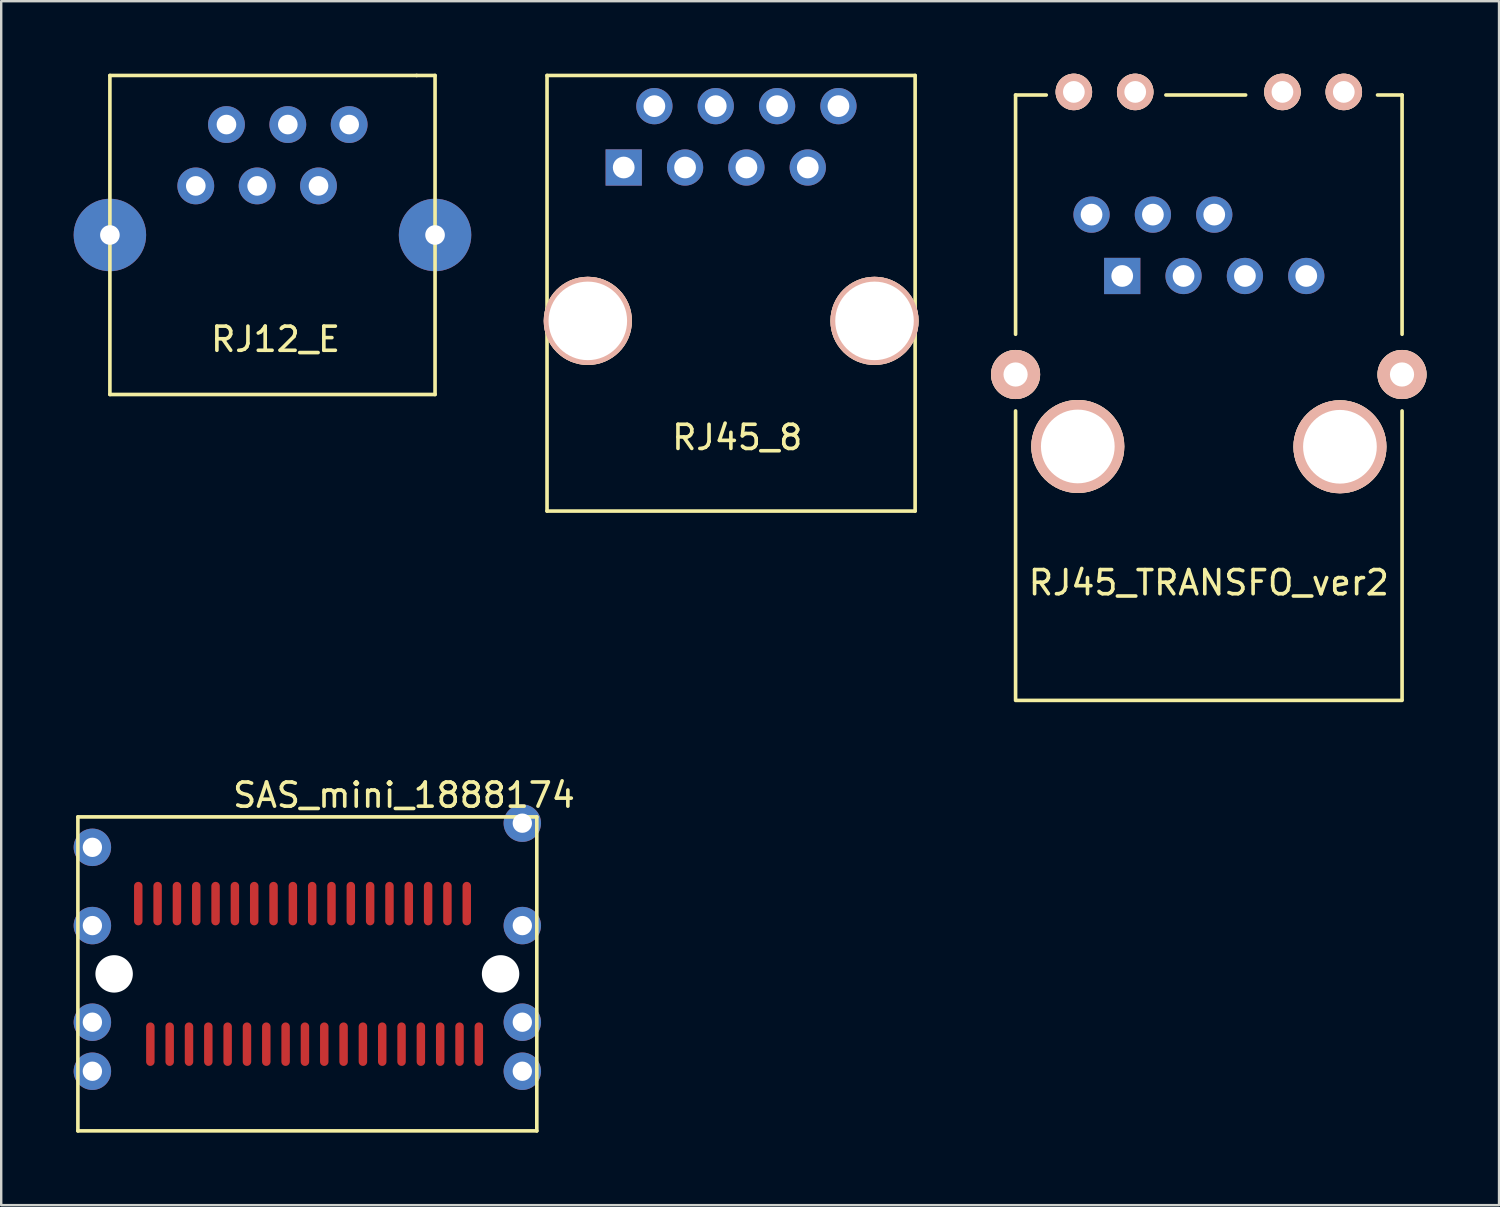
<source format=kicad_pcb>
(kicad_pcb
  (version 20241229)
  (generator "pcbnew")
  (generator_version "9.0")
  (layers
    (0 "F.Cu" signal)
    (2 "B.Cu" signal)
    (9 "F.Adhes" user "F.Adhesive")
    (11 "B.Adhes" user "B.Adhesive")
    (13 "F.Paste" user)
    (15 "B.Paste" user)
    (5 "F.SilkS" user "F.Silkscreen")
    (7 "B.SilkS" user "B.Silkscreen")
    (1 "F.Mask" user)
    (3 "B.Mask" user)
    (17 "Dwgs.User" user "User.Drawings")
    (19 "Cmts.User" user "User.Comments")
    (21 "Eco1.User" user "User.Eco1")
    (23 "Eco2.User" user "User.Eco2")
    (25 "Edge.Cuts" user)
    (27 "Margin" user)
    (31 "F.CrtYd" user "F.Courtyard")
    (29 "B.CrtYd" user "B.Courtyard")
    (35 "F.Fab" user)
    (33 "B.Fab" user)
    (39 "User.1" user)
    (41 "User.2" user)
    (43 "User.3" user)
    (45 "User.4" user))
  (footprint "RJ45_TRANSFO_ver2"
    (layer "F.Cu")
    (at 46.998 12.948)
    (property "Reference" "RJ45_TRANSFO_ver2" (at 0 8.128 0) (layer "F.SilkS") (effects (font (size 1 1) (thickness 0.15))))
    (attr through_hole)
    (fp_line (start -8.001 -12.065) (end -6.731 -12.065) (stroke (width 0.15) (type solid)) (layer "F.SilkS"))
    (fp_line (start -8.001 -2.159) (end -8.001 -12.065) (stroke (width 0.15) (type solid)) (layer "F.SilkS"))
    (fp_line (start -8.001 12.954) (end -8.001 1.016) (stroke (width 0.15) (type solid)) (layer "F.SilkS"))
    (fp_line (start -8.001 13) (end 8.001 13) (stroke (width 0.15) (type solid)) (layer "F.SilkS"))
    (fp_line (start -1.778 -12.065) (end 1.524 -12.065) (stroke (width 0.15) (type solid)) (layer "F.SilkS"))
    (fp_line (start 8.001 -12.065) (end 6.985 -12.065) (stroke (width 0.15) (type solid)) (layer "F.SilkS"))
    (fp_line (start 8.001 -2.159) (end 8.001 -12.065) (stroke (width 0.15) (type solid)) (layer "F.SilkS"))
    (fp_line (start 8.001 12.954) (end 8.001 1.016) (stroke (width 0.15) (type solid)) (layer "F.SilkS"))
    (pad "1" thru_hole rect (at -3.586 -4.572) (size 1.501 1.501) (drill 0.899) (layers "*.Cu" "*.Mask"))
    (pad "2" thru_hole circle (at -4.856 -7.112) (size 1.501 1.501) (drill 0.899) (layers "*.Cu" "*.Mask"))
    (pad "3" thru_hole circle (at -1.046 -4.572) (size 1.501 1.501) (drill 0.899) (layers "*.Cu" "*.Mask"))
    (pad "4" thru_hole circle (at -2.316 -7.112) (size 1.501 1.501) (drill 0.899) (layers "*.Cu" "*.Mask"))
    (pad "5" thru_hole circle (at 1.494 -4.572) (size 1.501 1.501) (drill 0.899) (layers "*.Cu" "*.Mask"))
    (pad "6" thru_hole circle (at 0.224 -7.112) (size 1.501 1.501) (drill 0.899) (layers "*.Cu" "*.Mask"))
    (pad "7" thru_hole circle (at 4.034 -4.572) (size 1.501 1.501) (drill 0.899) (layers "*.Cu" "*.Mask"))
    (pad "9" thru_hole circle (at -8.001 -0.493) (size 2.032 2.032) (drill 1.001) (layers "*.Cu" "*.SilkS" "*.Mask"))
    (pad "9" thru_hole circle (at 7.998 -0.493) (size 2.032 2.032) (drill 1.001) (layers "*.Cu" "*.SilkS" "*.Mask"))
    (pad "Hole" thru_hole circle (at -5.588 -12.192) (size 1.511 1.511) (drill 0.899) (layers "*.Cu" "*.SilkS" "*.Mask"))
    (pad "Hole" thru_hole circle (at -5.425 2.487) (size 3.851 3.851) (drill 3.051) (layers "*.Cu" "*.SilkS" "*.Mask"))
    (pad "Hole" thru_hole circle (at -3.048 -12.192) (size 1.511 1.511) (drill 0.899) (layers "*.Cu" "*.SilkS" "*.Mask"))
    (pad "Hole" thru_hole circle (at 3.048 -12.192) (size 1.511 1.511) (drill 0.899) (layers "*.Cu" "*.SilkS" "*.Mask"))
    (pad "Hole" thru_hole circle (at 5.428 2.499) (size 3.851 3.851) (drill 3.051) (layers "*.Cu" "*.SilkS" "*.Mask"))
    (pad "Hole" thru_hole circle (at 5.588 -12.192) (size 1.511 1.511) (drill 0.899) (layers "*.Cu" "*.SilkS" "*.Mask")))
  (footprint "RJ12_E"
    (layer "F.Cu")
    (at 8.358 10.997)
    (property "Reference" "RJ12_E" (at 0 0 0) (layer "F.SilkS") (effects (font (size 1 1) (thickness 0.15))))
    (attr through_hole)
    (fp_line (start -6.858 -10.922) (end -6.858 2.286) (stroke (width 0.15) (type solid)) (layer "F.SilkS"))
    (fp_line (start -6.858 -10.922) (end 5.842 -10.922) (stroke (width 0.15) (type solid)) (layer "F.SilkS"))
    (fp_line (start -6.858 2.286) (end 6.604 2.286) (stroke (width 0.15) (type solid)) (layer "F.SilkS"))
    (fp_line (start 5.842 -10.922) (end 6.604 -10.922) (stroke (width 0.15) (type solid)) (layer "F.SilkS"))
    (fp_line (start 6.604 -10.922) (end 6.604 2.286) (stroke (width 0.15) (type solid)) (layer "F.SilkS"))
    (pad "1" thru_hole circle (at -3.302 -6.35) (size 1.524 1.524) (drill 0.813) (layers "*.Cu" "*.Mask"))
    (pad "2" thru_hole circle (at -2.032 -8.89) (size 1.524 1.524) (drill 0.813) (layers "*.Cu" "*.Mask"))
    (pad "3" thru_hole circle (at -0.762 -6.35) (size 1.524 1.524) (drill 0.813) (layers "*.Cu" "*.Mask"))
    (pad "4" thru_hole circle (at 0.508 -8.89) (size 1.524 1.524) (drill 0.813) (layers "*.Cu" "*.Mask"))
    (pad "5" thru_hole circle (at 1.778 -6.35) (size 1.524 1.524) (drill 0.813) (layers "*.Cu" "*.Mask"))
    (pad "6" thru_hole circle (at 3.048 -8.89) (size 1.524 1.524) (drill 0.813) (layers "*.Cu" "*.Mask"))
    (pad "7" thru_hole circle (at -6.858 -4.318) (size 3 3) (drill 0.813) (layers "*.Cu" "*.Mask"))
    (pad "8" thru_hole circle (at 6.604 -4.318) (size 3 3) (drill 0.813) (layers "*.Cu" "*.Mask")))
  (footprint "SAS_mini_1888174"
    (layer "F.Cu")
    (at 9.675 37.271)
    (property "Reference" "SAS_mini_1888174" (at 4 -7.4 0) (layer "F.SilkS") (effects (font (size 1 1) (thickness 0.15))))
    (attr through_hole)
    (fp_line (start -9.5 -6.5) (end -9.5 6.5) (stroke (width 0.15) (type solid)) (layer "F.SilkS"))
    (fp_line (start -9.5 6.5) (end 9.5 6.5) (stroke (width 0.15) (type solid)) (layer "F.SilkS"))
    (fp_line (start 9.5 -6.5) (end -9.5 -6.5) (stroke (width 0.15) (type solid)) (layer "F.SilkS"))
    (fp_line (start 9.5 6.5) (end 9.5 -6.5) (stroke (width 0.15) (type solid)) (layer "F.SilkS"))
    (pad "" np_thru_hole circle (at -8 0) (size 1.55 1.55) (drill 1.55) (layers "*.Mask" "B.Cu"))
    (pad "" np_thru_hole circle (at 8 0) (size 1.55 1.55) (drill 1.55) (layers "*.Mask" "B.Cu"))
    (pad "1" thru_hole circle (at -8.9 -5.24) (size 1.55 1.55) (drill 0.8) (layers "*.Cu" "*.Mask"))
    (pad "2" thru_hole circle (at -8.9 -2) (size 1.55 1.55) (drill 0.8) (layers "*.Cu" "*.Mask"))
    (pad "3" thru_hole circle (at -8.9 2) (size 1.55 1.55) (drill 0.8) (layers "*.Cu" "*.Mask"))
    (pad "4" thru_hole circle (at -8.9 4.03) (size 1.55 1.55) (drill 0.8) (layers "*.Cu" "*.Mask"))
    (pad "5" thru_hole circle (at 8.9 -6.24) (size 1.55 1.55) (drill 0.8) (layers "*.Cu" "*.Mask"))
    (pad "6" thru_hole circle (at 8.9 -2) (size 1.55 1.55) (drill 0.8) (layers "*.Cu" "*.Mask"))
    (pad "7" thru_hole circle (at 8.9 2) (size 1.55 1.55) (drill 0.8) (layers "*.Cu" "*.Mask"))
    (pad "8" thru_hole circle (at 8.9 4.03) (size 1.55 1.55) (drill 0.8) (layers "*.Cu" "*.Mask"))
    (pad "A1" smd oval (at -6.5 2.91) (size 0.35 1.8) (layers "F.Cu" "F.Mask" "F.Paste"))
    (pad "A2" smd oval (at -5.7 2.91) (size 0.35 1.8) (layers "F.Cu" "F.Mask" "F.Paste"))
    (pad "A3" smd oval (at -4.9 2.91) (size 0.35 1.8) (layers "F.Cu" "F.Mask" "F.Paste"))
    (pad "A4" smd oval (at -4.1 2.91) (size 0.35 1.8) (layers "F.Cu" "F.Mask" "F.Paste"))
    (pad "A5" smd oval (at -3.3 2.91) (size 0.35 1.8) (layers "F.Cu" "F.Mask" "F.Paste"))
    (pad "A6" smd oval (at -2.5 2.91) (size 0.35 1.8) (layers "F.Cu" "F.Mask" "F.Paste"))
    (pad "A7" smd oval (at -1.7 2.91) (size 0.35 1.8) (layers "F.Cu" "F.Mask" "F.Paste"))
    (pad "A8" smd oval (at -0.9 2.91) (size 0.35 1.8) (layers "F.Cu" "F.Mask" "F.Paste"))
    (pad "A9" smd oval (at -0.1 2.91) (size 0.35 1.8) (layers "F.Cu" "F.Mask" "F.Paste"))
    (pad "A10" smd oval (at 0.7 2.91) (size 0.35 1.8) (layers "F.Cu" "F.Mask" "F.Paste"))
    (pad "A11" smd oval (at 1.5 2.91) (size 0.35 1.8) (layers "F.Cu" "F.Mask" "F.Paste"))
    (pad "A12" smd oval (at 2.3 2.91) (size 0.35 1.8) (layers "F.Cu" "F.Mask" "F.Paste"))
    (pad "A13" smd oval (at 3.1 2.91) (size 0.35 1.8) (layers "F.Cu" "F.Mask" "F.Paste"))
    (pad "A14" smd oval (at 3.9 2.91) (size 0.35 1.8) (layers "F.Cu" "F.Mask" "F.Paste"))
    (pad "A15" smd oval (at 4.7 2.91) (size 0.35 1.8) (layers "F.Cu" "F.Mask" "F.Paste"))
    (pad "A16" smd oval (at 5.5 2.91) (size 0.35 1.8) (layers "F.Cu" "F.Mask" "F.Paste"))
    (pad "A17" smd oval (at 6.3 2.91) (size 0.35 1.8) (layers "F.Cu" "F.Mask" "F.Paste"))
    (pad "A18" smd oval (at 7.1 2.91) (size 0.35 1.8) (layers "F.Cu" "F.Mask" "F.Paste"))
    (pad "B1" smd oval (at -7 -2.91) (size 0.35 1.8) (layers "F.Cu" "F.Mask" "F.Paste"))
    (pad "B2" smd oval (at -6.2 -2.91) (size 0.35 1.8) (layers "F.Cu" "F.Mask" "F.Paste"))
    (pad "B3" smd oval (at -5.4 -2.91) (size 0.35 1.8) (layers "F.Cu" "F.Mask" "F.Paste"))
    (pad "B4" smd oval (at -4.6 -2.91) (size 0.35 1.8) (layers "F.Cu" "F.Mask" "F.Paste"))
    (pad "B5" smd oval (at -3.8 -2.91) (size 0.35 1.8) (layers "F.Cu" "F.Mask" "F.Paste"))
    (pad "B6" smd oval (at -3 -2.91) (size 0.35 1.8) (layers "F.Cu" "F.Mask" "F.Paste"))
    (pad "B7" smd oval (at -2.2 -2.91) (size 0.35 1.8) (layers "F.Cu" "F.Mask" "F.Paste"))
    (pad "B8" smd oval (at -1.4 -2.91) (size 0.35 1.8) (layers "F.Cu" "F.Mask" "F.Paste"))
    (pad "B9" smd oval (at -0.6 -2.91) (size 0.35 1.8) (layers "F.Cu" "F.Mask" "F.Paste"))
    (pad "B10" smd oval (at 0.2 -2.91) (size 0.35 1.8) (layers "F.Cu" "F.Mask" "F.Paste"))
    (pad "B11" smd oval (at 1 -2.91) (size 0.35 1.8) (layers "F.Cu" "F.Mask" "F.Paste"))
    (pad "B12" smd oval (at 1.8 -2.91) (size 0.35 1.8) (layers "F.Cu" "F.Mask" "F.Paste"))
    (pad "B13" smd oval (at 2.6 -2.91) (size 0.35 1.8) (layers "F.Cu" "F.Mask" "F.Paste"))
    (pad "B14" smd oval (at 3.4 -2.91) (size 0.35 1.8) (layers "F.Cu" "F.Mask" "F.Paste"))
    (pad "B15" smd oval (at 4.2 -2.91) (size 0.35 1.8) (layers "F.Cu" "F.Mask" "F.Paste"))
    (pad "B16" smd oval (at 5 -2.91) (size 0.35 1.8) (layers "F.Cu" "F.Mask" "F.Paste"))
    (pad "B17" smd oval (at 5.8 -2.91) (size 0.35 1.8) (layers "F.Cu" "F.Mask" "F.Paste"))
    (pad "B18" smd oval (at 6.6 -2.91) (size 0.35 1.8) (layers "F.Cu" "F.Mask" "F.Paste")))
  (footprint "RJ45_8"
    (layer "F.Cu")
    (at 27.218 10.235)
    (property "Reference" "RJ45_8" (at 0.254 4.826 0) (layer "F.SilkS") (effects (font (size 1 1) (thickness 0.15))))
    (attr through_hole)
    (fp_line (start -7.62 -10.16) (end -7.62 7.874) (stroke (width 0.15) (type solid)) (layer "F.SilkS"))
    (fp_line (start -7.62 7.874) (end 7.62 7.874) (stroke (width 0.15) (type solid)) (layer "F.SilkS"))
    (fp_line (start 7.62 -10.16) (end -7.62 -10.16) (stroke (width 0.15) (type solid)) (layer "F.SilkS"))
    (fp_line (start 7.62 7.874) (end 7.62 -10.16) (stroke (width 0.15) (type solid)) (layer "F.SilkS"))
    (pad "" np_thru_hole circle (at -5.931 0) (size 3.65 3.65) (drill 3.251) (layers "*.Cu" "*.SilkS" "*.Mask"))
    (pad "" np_thru_hole circle (at 5.939 0) (size 3.65 3.65) (drill 3.251) (layers "*.Cu" "*.SilkS" "*.Mask"))
    (pad "1" thru_hole rect (at -4.445 -6.35) (size 1.501 1.501) (drill 0.899) (layers "*.Cu" "*.Mask"))
    (pad "2" thru_hole circle (at -3.175 -8.89) (size 1.501 1.501) (drill 0.899) (layers "*.Cu" "*.Mask"))
    (pad "3" thru_hole circle (at -1.905 -6.35) (size 1.501 1.501) (drill 0.899) (layers "*.Cu" "*.Mask"))
    (pad "4" thru_hole circle (at -0.635 -8.89) (size 1.501 1.501) (drill 0.899) (layers "*.Cu" "*.Mask"))
    (pad "5" thru_hole circle (at 0.635 -6.35) (size 1.501 1.501) (drill 0.899) (layers "*.Cu" "*.Mask"))
    (pad "6" thru_hole circle (at 1.905 -8.89) (size 1.501 1.501) (drill 0.899) (layers "*.Cu" "*.Mask"))
    (pad "7" thru_hole circle (at 3.175 -6.35) (size 1.501 1.501) (drill 0.899) (layers "*.Cu" "*.Mask"))
    (pad "8" thru_hole circle (at 4.445 -8.89) (size 1.501 1.501) (drill 0.899) (layers "*.Cu" "*.Mask")))
  (gr_rect
    (start -3 -3)
    (end 59.013 46.846)
    (stroke (width 0.1) (type default))
    (fill no)
    (layer "Edge.Cuts")))
</source>
